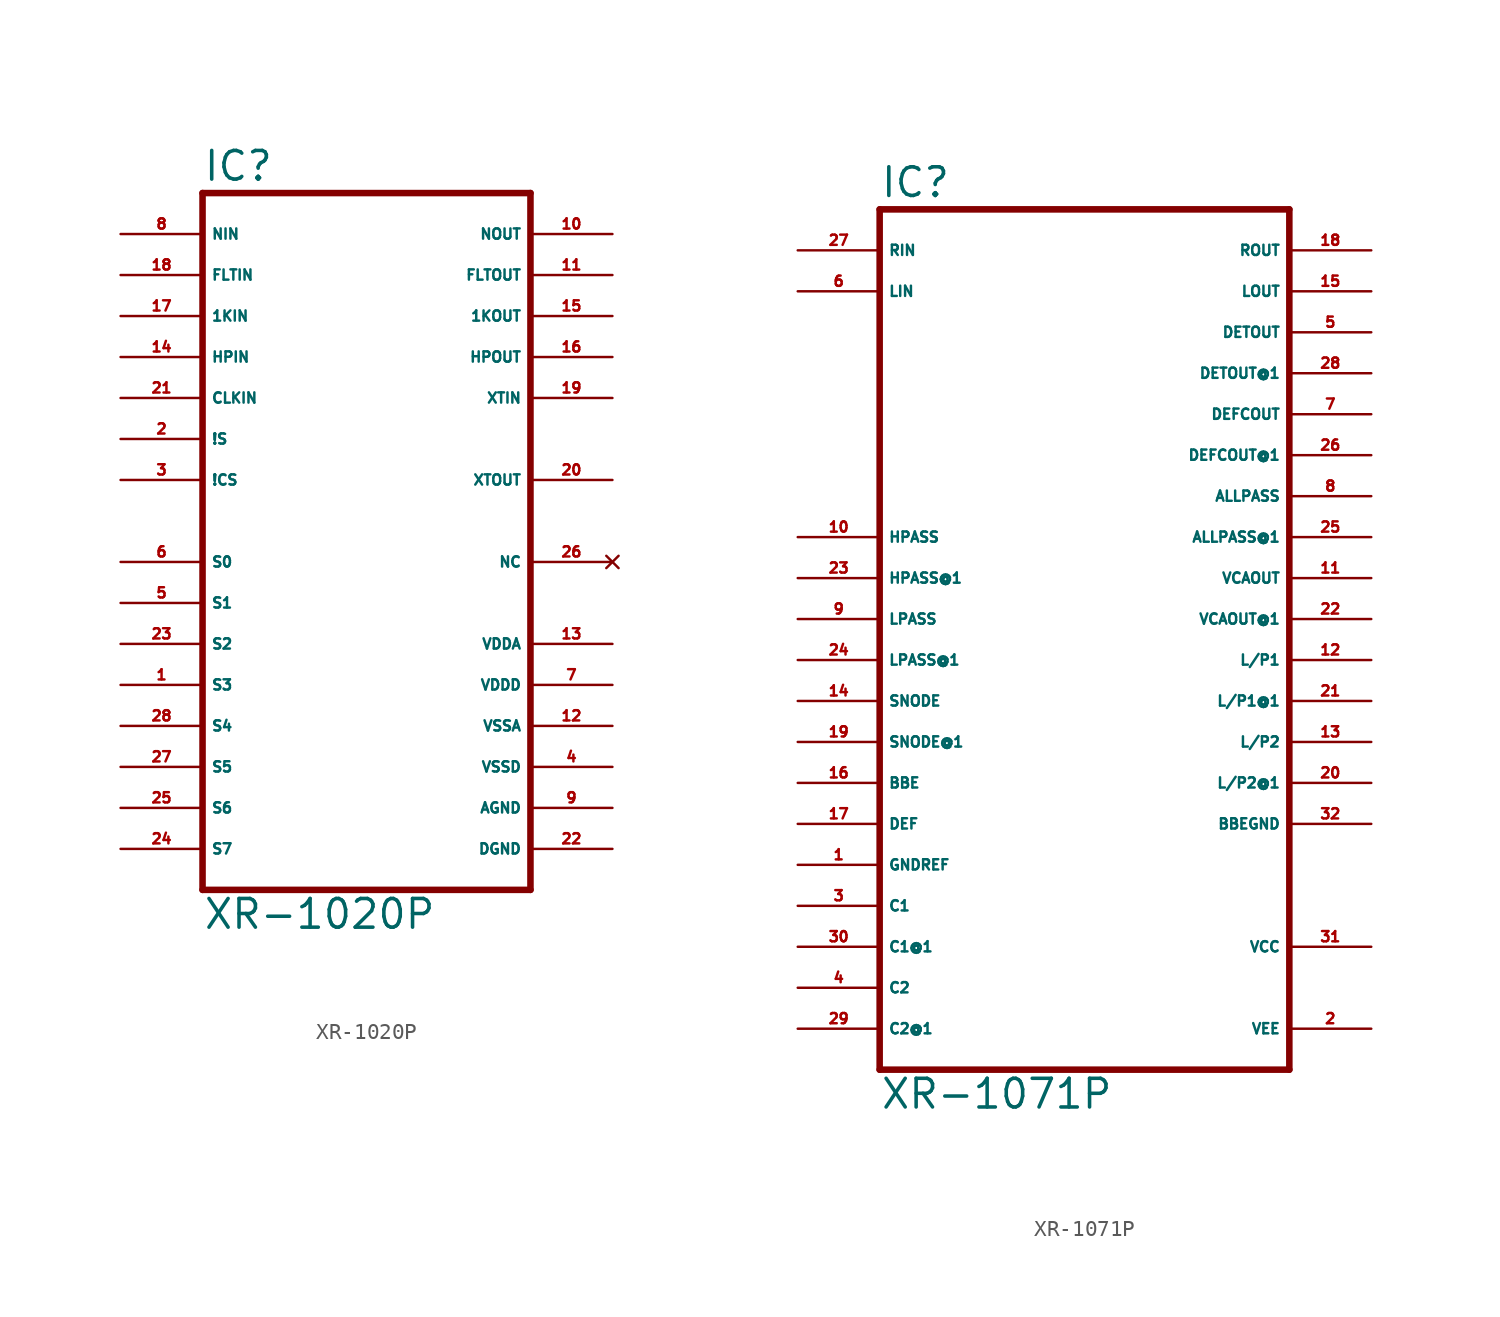
<source format=kicad_sym>
(kicad_symbol_lib
  (version 20220914)
  (generator Eagle2Kicad)
  (symbol "XR-1020P"
    (property "Reference" "IC"
      (at -10.16 23.495 0)
      (effects (font (size 1.778 1.778) (thickness 0.22)) (justify left bottom)))
    (property "Value" "XR-1020P"
      (at -10.16 -22.86 0)
      (effects (font (size 1.778 1.778) (thickness 0.22)) (justify left bottom)))
    (polyline
      (pts (xy -10.16 -20.32) (xy 10.16 -20.32))
      (stroke (width 0.406) (type default))
      (fill (type none)))
    (polyline
      (pts (xy 10.16 -20.32) (xy 10.16 22.86))
      (stroke (width 0.406) (type default))
      (fill (type none)))
    (polyline
      (pts (xy 10.16 22.86) (xy -10.16 22.86))
      (stroke (width 0.406) (type default))
      (fill (type none)))
    (polyline
      (pts (xy -10.16 22.86) (xy -10.16 -20.32))
      (stroke (width 0.406) (type default))
      (fill (type none)))
    (pin input line
      (at -15.24 0 0)
      (length 5.08)
      (name "S0" (effects (font (size 0.635 0.635) (thickness 0.08)) (justify left bottom)))
      (number "6" (effects (font (size 0.635 0.635) (thickness 0.08)) (justify left bottom))))
    (pin input line
      (at -15.24 -2.54 0)
      (length 5.08)
      (name "S1" (effects (font (size 0.635 0.635) (thickness 0.08)) (justify left bottom)))
      (number "5" (effects (font (size 0.635 0.635) (thickness 0.08)) (justify left bottom))))
    (pin input line
      (at -15.24 -5.08 0)
      (length 5.08)
      (name "S2" (effects (font (size 0.635 0.635) (thickness 0.08)) (justify left bottom)))
      (number "23" (effects (font (size 0.635 0.635) (thickness 0.08)) (justify left bottom))))
    (pin input line
      (at -15.24 -7.62 0)
      (length 5.08)
      (name "S3" (effects (font (size 0.635 0.635) (thickness 0.08)) (justify left bottom)))
      (number "1" (effects (font (size 0.635 0.635) (thickness 0.08)) (justify left bottom))))
    (pin input line
      (at -15.24 -10.16 0)
      (length 5.08)
      (name "S4" (effects (font (size 0.635 0.635) (thickness 0.08)) (justify left bottom)))
      (number "28" (effects (font (size 0.635 0.635) (thickness 0.08)) (justify left bottom))))
    (pin input line
      (at -15.24 -12.7 0)
      (length 5.08)
      (name "S5" (effects (font (size 0.635 0.635) (thickness 0.08)) (justify left bottom)))
      (number "27" (effects (font (size 0.635 0.635) (thickness 0.08)) (justify left bottom))))
    (pin input line
      (at -15.24 -15.24 0)
      (length 5.08)
      (name "S6" (effects (font (size 0.635 0.635) (thickness 0.08)) (justify left bottom)))
      (number "25" (effects (font (size 0.635 0.635) (thickness 0.08)) (justify left bottom))))
    (pin input line
      (at -15.24 -17.78 0)
      (length 5.08)
      (name "S7" (effects (font (size 0.635 0.635) (thickness 0.08)) (justify left bottom)))
      (number "24" (effects (font (size 0.635 0.635) (thickness 0.08)) (justify left bottom))))
    (pin input line
      (at -15.24 7.62 0)
      (length 5.08)
      (name "!S" (effects (font (size 0.635 0.635) (thickness 0.08)) (justify left bottom)))
      (number "2" (effects (font (size 0.635 0.635) (thickness 0.08)) (justify left bottom))))
    (pin input line
      (at -15.24 5.08 0)
      (length 5.08)
      (name "!CS" (effects (font (size 0.635 0.635) (thickness 0.08)) (justify left bottom)))
      (number "3" (effects (font (size 0.635 0.635) (thickness 0.08)) (justify left bottom))))
    (pin input line
      (at -15.24 20.32 0)
      (length 5.08)
      (name "NIN" (effects (font (size 0.635 0.635) (thickness 0.08)) (justify left bottom)))
      (number "8" (effects (font (size 0.635 0.635) (thickness 0.08)) (justify left bottom))))
    (pin input line
      (at -15.24 12.7 0)
      (length 5.08)
      (name "HPIN" (effects (font (size 0.635 0.635) (thickness 0.08)) (justify left bottom)))
      (number "14" (effects (font (size 0.635 0.635) (thickness 0.08)) (justify left bottom))))
    (pin input line
      (at -15.24 15.24 0)
      (length 5.08)
      (name "1KIN" (effects (font (size 0.635 0.635) (thickness 0.08)) (justify left bottom)))
      (number "17" (effects (font (size 0.635 0.635) (thickness 0.08)) (justify left bottom))))
    (pin input line
      (at -15.24 17.78 0)
      (length 5.08)
      (name "FLTIN" (effects (font (size 0.635 0.635) (thickness 0.08)) (justify left bottom)))
      (number "18" (effects (font (size 0.635 0.635) (thickness 0.08)) (justify left bottom))))
    (pin input line
      (at 15.24 10.16 180)
      (length 5.08)
      (name "XTIN" (effects (font (size 0.635 0.635) (thickness 0.08)) (justify left bottom)))
      (number "19" (effects (font (size 0.635 0.635) (thickness 0.08)) (justify left bottom))))
    (pin input line
      (at -15.24 10.16 0)
      (length 5.08)
      (name "CLKIN" (effects (font (size 0.635 0.635) (thickness 0.08)) (justify left bottom)))
      (number "21" (effects (font (size 0.635 0.635) (thickness 0.08)) (justify left bottom))))
    (pin output line
      (at 15.24 20.32 180)
      (length 5.08)
      (name "NOUT" (effects (font (size 0.635 0.635) (thickness 0.08)) (justify left bottom)))
      (number "10" (effects (font (size 0.635 0.635) (thickness 0.08)) (justify left bottom))))
    (pin output line
      (at 15.24 17.78 180)
      (length 5.08)
      (name "FLTOUT" (effects (font (size 0.635 0.635) (thickness 0.08)) (justify left bottom)))
      (number "11" (effects (font (size 0.635 0.635) (thickness 0.08)) (justify left bottom))))
    (pin output line
      (at 15.24 15.24 180)
      (length 5.08)
      (name "1KOUT" (effects (font (size 0.635 0.635) (thickness 0.08)) (justify left bottom)))
      (number "15" (effects (font (size 0.635 0.635) (thickness 0.08)) (justify left bottom))))
    (pin output line
      (at 15.24 12.7 180)
      (length 5.08)
      (name "HPOUT" (effects (font (size 0.635 0.635) (thickness 0.08)) (justify left bottom)))
      (number "16" (effects (font (size 0.635 0.635) (thickness 0.08)) (justify left bottom))))
    (pin output line
      (at 15.24 5.08 180)
      (length 5.08)
      (name "XTOUT" (effects (font (size 0.635 0.635) (thickness 0.08)) (justify left bottom)))
      (number "20" (effects (font (size 0.635 0.635) (thickness 0.08)) (justify left bottom))))
    (pin unspecified line
      (at 15.24 -17.78 180)
      (length 5.08)
      (name "DGND" (effects (font (size 0.635 0.635) (thickness 0.08)) (justify left bottom)))
      (number "22" (effects (font (size 0.635 0.635) (thickness 0.08)) (justify left bottom))))
    (pin unspecified line
      (at 15.24 -15.24 180)
      (length 5.08)
      (name "AGND" (effects (font (size 0.635 0.635) (thickness 0.08)) (justify left bottom)))
      (number "9" (effects (font (size 0.635 0.635) (thickness 0.08)) (justify left bottom))))
    (pin unspecified line
      (at 15.24 -12.7 180)
      (length 5.08)
      (name "VSSD" (effects (font (size 0.635 0.635) (thickness 0.08)) (justify left bottom)))
      (number "4" (effects (font (size 0.635 0.635) (thickness 0.08)) (justify left bottom))))
    (pin unspecified line
      (at 15.24 -10.16 180)
      (length 5.08)
      (name "VSSA" (effects (font (size 0.635 0.635) (thickness 0.08)) (justify left bottom)))
      (number "12" (effects (font (size 0.635 0.635) (thickness 0.08)) (justify left bottom))))
    (pin unspecified line
      (at 15.24 -7.62 180)
      (length 5.08)
      (name "VDDD" (effects (font (size 0.635 0.635) (thickness 0.08)) (justify left bottom)))
      (number "7" (effects (font (size 0.635 0.635) (thickness 0.08)) (justify left bottom))))
    (pin unspecified line
      (at 15.24 -5.08 180)
      (length 5.08)
      (name "VDDA" (effects (font (size 0.635 0.635) (thickness 0.08)) (justify left bottom)))
      (number "13" (effects (font (size 0.635 0.635) (thickness 0.08)) (justify left bottom))))
    (pin no_connect line
      (at 15.24 0 180)
      (length 5.08)
      (name "NC" (effects (font (size 0.635 0.635) (thickness 0.08)) (justify left bottom) hide))
      (number "26" (effects (font (size 0.635 0.635) (thickness 0.08)) (justify left bottom) hide))))
  (symbol "XR-1071P"
    (property "Reference" "IC"
      (at -12.7 26.035 0)
      (effects (font (size 1.778 1.778) (thickness 0.22)) (justify left bottom)))
    (property "Value" "XR-1071P"
      (at -12.7 -30.48 0)
      (effects (font (size 1.778 1.778) (thickness 0.22)) (justify left bottom)))
    (polyline
      (pts (xy -12.7 -27.94) (xy 12.7 -27.94))
      (stroke (width 0.406) (type default))
      (fill (type none)))
    (polyline
      (pts (xy 12.7 -27.94) (xy 12.7 25.4))
      (stroke (width 0.406) (type default))
      (fill (type none)))
    (polyline
      (pts (xy 12.7 25.4) (xy -12.7 25.4))
      (stroke (width 0.406) (type default))
      (fill (type none)))
    (polyline
      (pts (xy -12.7 25.4) (xy -12.7 -27.94))
      (stroke (width 0.406) (type default))
      (fill (type none)))
    (pin input line
      (at -17.78 22.86 0)
      (length 5.08)
      (name "RIN" (effects (font (size 0.635 0.635) (thickness 0.08)) (justify left bottom)))
      (number "27" (effects (font (size 0.635 0.635) (thickness 0.08)) (justify left bottom))))
    (pin input line
      (at -17.78 20.32 0)
      (length 5.08)
      (name "LIN" (effects (font (size 0.635 0.635) (thickness 0.08)) (justify left bottom)))
      (number "6" (effects (font (size 0.635 0.635) (thickness 0.08)) (justify left bottom))))
    (pin input line
      (at -17.78 -15.24 0)
      (length 5.08)
      (name "GNDREF" (effects (font (size 0.635 0.635) (thickness 0.08)) (justify left bottom)))
      (number "1" (effects (font (size 0.635 0.635) (thickness 0.08)) (justify left bottom))))
    (pin input line
      (at -17.78 5.08 0)
      (length 5.08)
      (name "HPASS" (effects (font (size 0.635 0.635) (thickness 0.08)) (justify left bottom)))
      (number "10" (effects (font (size 0.635 0.635) (thickness 0.08)) (justify left bottom))))
    (pin input line
      (at -17.78 2.54 0)
      (length 5.08)
      (name "HPASS@1" (effects (font (size 0.635 0.635) (thickness 0.08)) (justify left bottom)))
      (number "23" (effects (font (size 0.635 0.635) (thickness 0.08)) (justify left bottom))))
    (pin input line
      (at -17.78 -5.08 0)
      (length 5.08)
      (name "SNODE" (effects (font (size 0.635 0.635) (thickness 0.08)) (justify left bottom)))
      (number "14" (effects (font (size 0.635 0.635) (thickness 0.08)) (justify left bottom))))
    (pin input line
      (at -17.78 -7.62 0)
      (length 5.08)
      (name "SNODE@1" (effects (font (size 0.635 0.635) (thickness 0.08)) (justify left bottom)))
      (number "19" (effects (font (size 0.635 0.635) (thickness 0.08)) (justify left bottom))))
    (pin input line
      (at -17.78 -10.16 0)
      (length 5.08)
      (name "BBE" (effects (font (size 0.635 0.635) (thickness 0.08)) (justify left bottom)))
      (number "16" (effects (font (size 0.635 0.635) (thickness 0.08)) (justify left bottom))))
    (pin input line
      (at -17.78 -12.7 0)
      (length 5.08)
      (name "DEF" (effects (font (size 0.635 0.635) (thickness 0.08)) (justify left bottom)))
      (number "17" (effects (font (size 0.635 0.635) (thickness 0.08)) (justify left bottom))))
    (pin output line
      (at 17.78 22.86 180)
      (length 5.08)
      (name "ROUT" (effects (font (size 0.635 0.635) (thickness 0.08)) (justify left bottom)))
      (number "18" (effects (font (size 0.635 0.635) (thickness 0.08)) (justify left bottom))))
    (pin output line
      (at 17.78 20.32 180)
      (length 5.08)
      (name "LOUT" (effects (font (size 0.635 0.635) (thickness 0.08)) (justify left bottom)))
      (number "15" (effects (font (size 0.635 0.635) (thickness 0.08)) (justify left bottom))))
    (pin output line
      (at 17.78 17.78 180)
      (length 5.08)
      (name "DETOUT" (effects (font (size 0.635 0.635) (thickness 0.08)) (justify left bottom)))
      (number "5" (effects (font (size 0.635 0.635) (thickness 0.08)) (justify left bottom))))
    (pin output line
      (at 17.78 15.24 180)
      (length 5.08)
      (name "DETOUT@1" (effects (font (size 0.635 0.635) (thickness 0.08)) (justify left bottom)))
      (number "28" (effects (font (size 0.635 0.635) (thickness 0.08)) (justify left bottom))))
    (pin output line
      (at 17.78 12.7 180)
      (length 5.08)
      (name "DEFCOUT" (effects (font (size 0.635 0.635) (thickness 0.08)) (justify left bottom)))
      (number "7" (effects (font (size 0.635 0.635) (thickness 0.08)) (justify left bottom))))
    (pin output line
      (at 17.78 10.16 180)
      (length 5.08)
      (name "DEFCOUT@1" (effects (font (size 0.635 0.635) (thickness 0.08)) (justify left bottom)))
      (number "26" (effects (font (size 0.635 0.635) (thickness 0.08)) (justify left bottom))))
    (pin output line
      (at 17.78 7.62 180)
      (length 5.08)
      (name "ALLPASS" (effects (font (size 0.635 0.635) (thickness 0.08)) (justify left bottom)))
      (number "8" (effects (font (size 0.635 0.635) (thickness 0.08)) (justify left bottom))))
    (pin output line
      (at 17.78 5.08 180)
      (length 5.08)
      (name "ALLPASS@1" (effects (font (size 0.635 0.635) (thickness 0.08)) (justify left bottom)))
      (number "25" (effects (font (size 0.635 0.635) (thickness 0.08)) (justify left bottom))))
    (pin output line
      (at 17.78 2.54 180)
      (length 5.08)
      (name "VCAOUT" (effects (font (size 0.635 0.635) (thickness 0.08)) (justify left bottom)))
      (number "11" (effects (font (size 0.635 0.635) (thickness 0.08)) (justify left bottom))))
    (pin output line
      (at 17.78 -2.54 180)
      (length 5.08)
      (name "L/P1" (effects (font (size 0.635 0.635) (thickness 0.08)) (justify left bottom)))
      (number "12" (effects (font (size 0.635 0.635) (thickness 0.08)) (justify left bottom))))
    (pin output line
      (at 17.78 -5.08 180)
      (length 5.08)
      (name "L/P1@1" (effects (font (size 0.635 0.635) (thickness 0.08)) (justify left bottom)))
      (number "21" (effects (font (size 0.635 0.635) (thickness 0.08)) (justify left bottom))))
    (pin output line
      (at 17.78 -7.62 180)
      (length 5.08)
      (name "L/P2" (effects (font (size 0.635 0.635) (thickness 0.08)) (justify left bottom)))
      (number "13" (effects (font (size 0.635 0.635) (thickness 0.08)) (justify left bottom))))
    (pin output line
      (at 17.78 -10.16 180)
      (length 5.08)
      (name "L/P2@1" (effects (font (size 0.635 0.635) (thickness 0.08)) (justify left bottom)))
      (number "20" (effects (font (size 0.635 0.635) (thickness 0.08)) (justify left bottom))))
    (pin unspecified line
      (at 17.78 -20.32 180)
      (length 5.08)
      (name "VCC" (effects (font (size 0.635 0.635) (thickness 0.08)) (justify left bottom)))
      (number "31" (effects (font (size 0.635 0.635) (thickness 0.08)) (justify left bottom))))
    (pin unspecified line
      (at 17.78 -25.4 180)
      (length 5.08)
      (name "VEE" (effects (font (size 0.635 0.635) (thickness 0.08)) (justify left bottom)))
      (number "2" (effects (font (size 0.635 0.635) (thickness 0.08)) (justify left bottom))))
    (pin input line
      (at -17.78 -17.78 0)
      (length 5.08)
      (name "C1" (effects (font (size 0.635 0.635) (thickness 0.08)) (justify left bottom)))
      (number "3" (effects (font (size 0.635 0.635) (thickness 0.08)) (justify left bottom))))
    (pin input line
      (at -17.78 -20.32 0)
      (length 5.08)
      (name "C1@1" (effects (font (size 0.635 0.635) (thickness 0.08)) (justify left bottom)))
      (number "30" (effects (font (size 0.635 0.635) (thickness 0.08)) (justify left bottom))))
    (pin input line
      (at -17.78 -22.86 0)
      (length 5.08)
      (name "C2" (effects (font (size 0.635 0.635) (thickness 0.08)) (justify left bottom)))
      (number "4" (effects (font (size 0.635 0.635) (thickness 0.08)) (justify left bottom))))
    (pin input line
      (at -17.78 -25.4 0)
      (length 5.08)
      (name "C2@1" (effects (font (size 0.635 0.635) (thickness 0.08)) (justify left bottom)))
      (number "29" (effects (font (size 0.635 0.635) (thickness 0.08)) (justify left bottom))))
    (pin output line
      (at 17.78 -12.7 180)
      (length 5.08)
      (name "BBEGND" (effects (font (size 0.635 0.635) (thickness 0.08)) (justify left bottom)))
      (number "32" (effects (font (size 0.635 0.635) (thickness 0.08)) (justify left bottom))))
    (pin output line
      (at 17.78 0 180)
      (length 5.08)
      (name "VCAOUT@1" (effects (font (size 0.635 0.635) (thickness 0.08)) (justify left bottom)))
      (number "22" (effects (font (size 0.635 0.635) (thickness 0.08)) (justify left bottom))))
    (pin input line
      (at -17.78 0 0)
      (length 5.08)
      (name "LPASS" (effects (font (size 0.635 0.635) (thickness 0.08)) (justify left bottom)))
      (number "9" (effects (font (size 0.635 0.635) (thickness 0.08)) (justify left bottom))))
    (pin input line
      (at -17.78 -2.54 0)
      (length 5.08)
      (name "LPASS@1" (effects (font (size 0.635 0.635) (thickness 0.08)) (justify left bottom)))
      (number "24" (effects (font (size 0.635 0.635) (thickness 0.08)) (justify left bottom))))))
</source>
